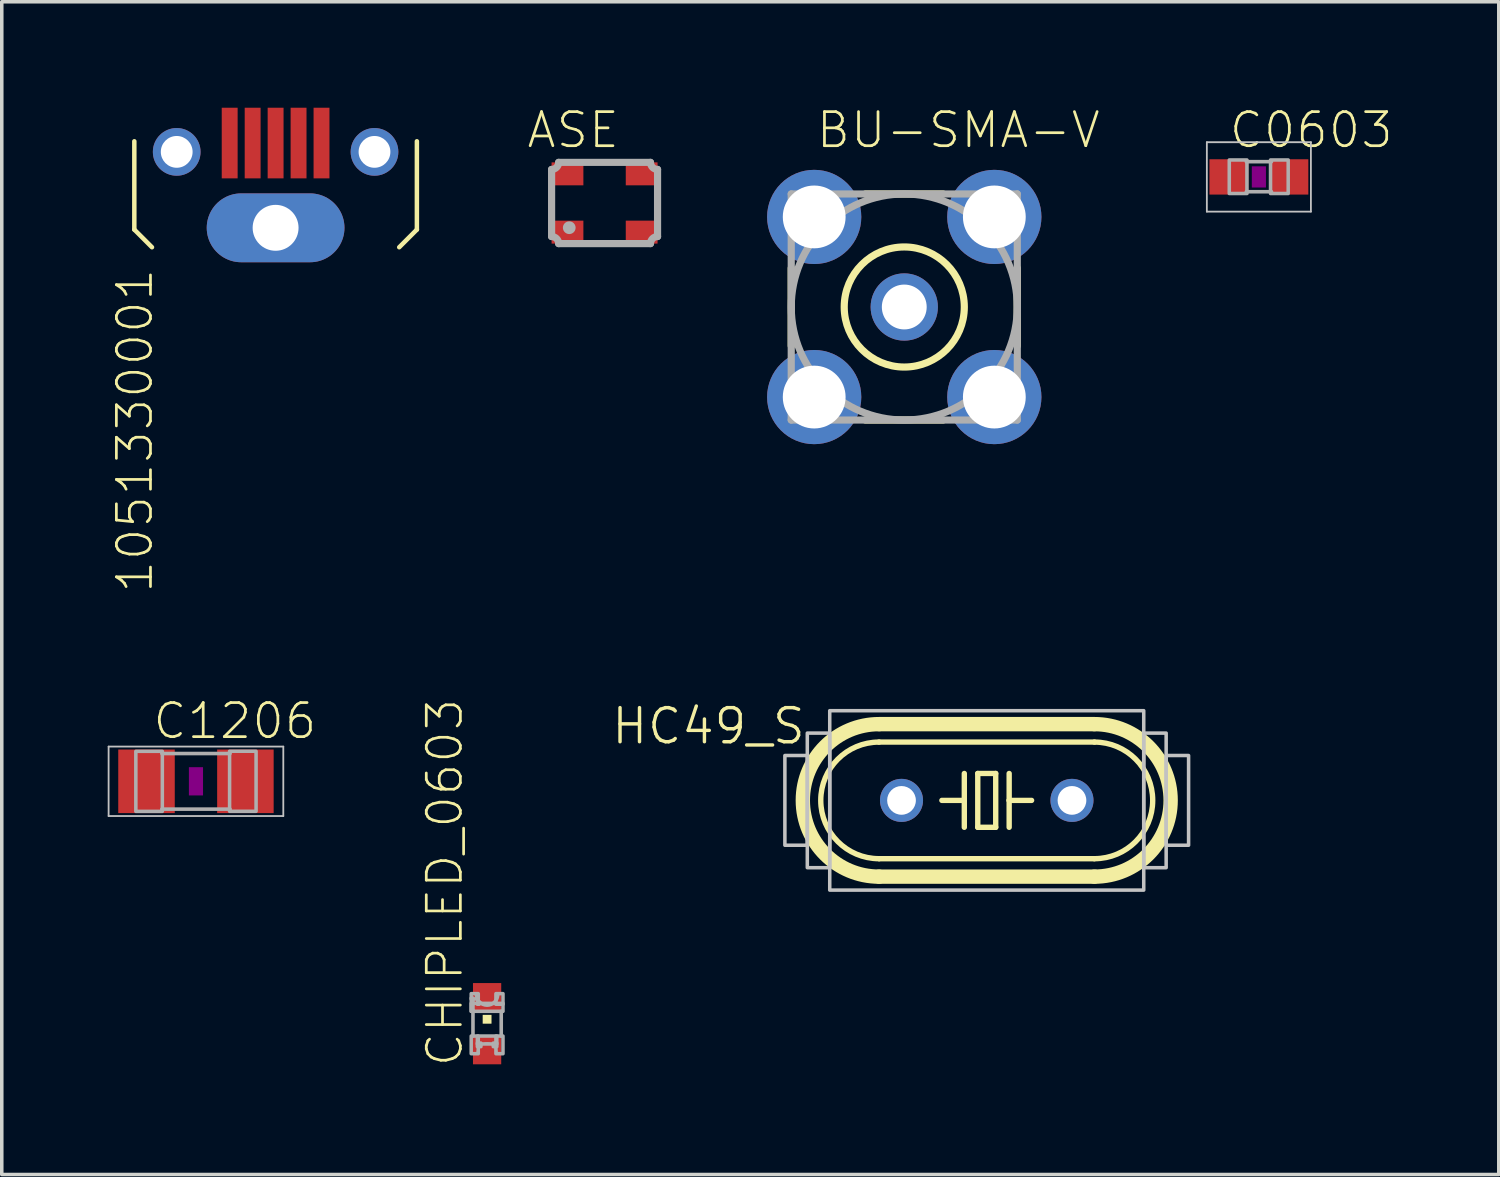
<source format=kicad_pcb>
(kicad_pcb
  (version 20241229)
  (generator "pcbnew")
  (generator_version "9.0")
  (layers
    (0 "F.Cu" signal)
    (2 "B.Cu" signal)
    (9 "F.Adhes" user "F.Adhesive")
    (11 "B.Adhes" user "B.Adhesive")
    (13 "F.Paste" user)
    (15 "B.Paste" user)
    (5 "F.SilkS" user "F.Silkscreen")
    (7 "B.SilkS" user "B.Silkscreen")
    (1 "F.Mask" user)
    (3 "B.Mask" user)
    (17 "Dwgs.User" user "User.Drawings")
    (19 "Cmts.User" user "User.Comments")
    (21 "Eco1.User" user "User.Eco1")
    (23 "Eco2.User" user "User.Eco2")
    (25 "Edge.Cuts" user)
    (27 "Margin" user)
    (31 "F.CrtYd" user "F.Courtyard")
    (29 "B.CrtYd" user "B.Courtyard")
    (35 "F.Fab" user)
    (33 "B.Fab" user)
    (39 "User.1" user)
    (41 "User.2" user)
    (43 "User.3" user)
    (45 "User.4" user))
  (footprint "1051330001"
    (layer "F.Cu")
    (at 4.753 1.25)
    (property "Reference" "1051330001" (at -4.55 3.25 90) (layer "F.SilkS") (effects (font (size 0.965 0.965) (thickness 0.077)) (justify right top)))
    (attr through_hole)
    (fp_line (start -4 -0.3) (end -4 2.2) (stroke (width 0.127) (type solid)) (layer "F.SilkS"))
    (fp_line (start -4 2.2) (end -3.5 2.7) (stroke (width 0.127) (type solid)) (layer "F.SilkS"))
    (fp_line (start 4 -0.3) (end 4 2.2) (stroke (width 0.127) (type solid)) (layer "F.SilkS"))
    (fp_line (start 4 2.2) (end 3.5 2.7) (stroke (width 0.127) (type solid)) (layer "F.SilkS"))
    (pad "1" smd rect (at -1.3 -0.25 90) (size 2 0.45) (layers "F.Cu" "F.Mask" "F.Paste"))
    (pad "2" smd rect (at -0.65 -0.25 90) (size 2 0.45) (layers "F.Cu" "F.Mask" "F.Paste"))
    (pad "3" smd rect (at 0 -0.25 90) (size 2 0.45) (layers "F.Cu" "F.Mask" "F.Paste"))
    (pad "4" smd rect (at 0.65 -0.25 90) (size 2 0.45) (layers "F.Cu" "F.Mask" "F.Paste"))
    (pad "5" smd rect (at 1.3 -0.25 90) (size 2 0.45) (layers "F.Cu" "F.Mask" "F.Paste"))
    (pad "P$1" thru_hole oval (at 0 2.15) (size 3.9 1.95) (drill 1.3) (layers "*.Cu" "*.Mask"))
    (pad "P$2" thru_hole circle (at -2.8 0) (size 1.35 1.35) (drill 0.9) (layers "*.Cu" "*.Mask"))
    (pad "P$3" thru_hole circle (at 2.8 0) (size 1.35 1.35) (drill 0.9) (layers "*.Cu" "*.Mask")))
  (footprint "BU-SMA-V"
    (layer "F.Cu")
    (at 22.552 5.642)
    (property "Reference" "BU-SMA-V" (at -2.54 -4.445 0) (layer "F.SilkS") (effects (font (size 0.965 0.965) (thickness 0.077)) (justify left bottom)))
    (attr through_hole)
    (fp_line (start -3.2 1.1) (end -3.2 -1.1) (stroke (width 0.203) (type solid)) (layer "F.SilkS"))
    (fp_line (start -1.1 -3.2) (end 1.1 -3.2) (stroke (width 0.203) (type solid)) (layer "F.SilkS"))
    (fp_line (start 1.1 3.2) (end -1.1 3.2) (stroke (width 0.203) (type solid)) (layer "F.SilkS"))
    (fp_line (start 3.2 -1.1) (end 3.2 1.1) (stroke (width 0.203) (type solid)) (layer "F.SilkS"))
    (fp_circle (center 0 0) (end 1.7 0) (stroke (width 0.203) (type solid)) (fill no) (layer "F.SilkS"))
    (fp_line (start -3.2 3.2) (end -3.2 -3.2) (stroke (width 0.203) (type solid)) (layer "F.Fab"))
    (fp_line (start -3.2 -3.2) (end 3.2 -3.2) (stroke (width 0.203) (type solid)) (layer "F.Fab"))
    (fp_line (start 3.2 3.2) (end -3.2 3.2) (stroke (width 0.203) (type solid)) (layer "F.Fab"))
    (fp_line (start 3.2 -3.2) (end 3.2 3.2) (stroke (width 0.203) (type solid)) (layer "F.Fab"))
    (fp_circle (center 0 0) (end 3.2 0) (stroke (width 0.203) (type solid)) (fill no) (layer "F.Fab"))
    (pad "1" thru_hole circle (at 0 0) (size 1.905 1.905) (drill 1.27) (layers "*.Cu" "*.Mask"))
    (pad "2" thru_hole circle (at -2.55 -2.55) (size 2.667 2.667) (drill 1.778) (layers "*.Cu" "*.Mask"))
    (pad "3" thru_hole circle (at 2.55 -2.55) (size 2.667 2.667) (drill 1.778) (layers "*.Cu" "*.Mask"))
    (pad "4" thru_hole circle (at 2.55 2.55) (size 2.667 2.667) (drill 1.778) (layers "*.Cu" "*.Mask"))
    (pad "5" thru_hole circle (at -2.55 2.55) (size 2.667 2.667) (drill 1.778) (layers "*.Cu" "*.Mask")))
  (footprint "C0603"
    (layer "F.Cu")
    (at 32.592 1.959)
    (property "Reference" "C0603" (at -0.889 -0.762 0) (layer "F.SilkS") (effects (font (size 0.965 0.965) (thickness 0.077)) (justify left bottom)))
    (attr through_hole)
    (fp_poly (pts (xy -0.2 0.3) (xy 0.2 0.3) (xy 0.2 -0.3) (xy -0.2 -0.3)) (stroke (width 0) (type solid)) (fill yes) (layer "F.Adhes"))
    (fp_line (start -1.473 -0.983) (end 1.473 -0.983) (stroke (width 0.051) (type solid)) (layer "Dwgs.User"))
    (fp_line (start -1.473 0.983) (end -1.473 -0.983) (stroke (width 0.051) (type solid)) (layer "Dwgs.User"))
    (fp_line (start 1.473 -0.983) (end 1.473 0.983) (stroke (width 0.051) (type solid)) (layer "Dwgs.User"))
    (fp_line (start 1.473 0.983) (end -1.473 0.983) (stroke (width 0.051) (type solid)) (layer "Dwgs.User"))
    (fp_line (start -0.356 -0.432) (end 0.356 -0.432) (stroke (width 0.102) (type solid)) (layer "F.Fab"))
    (fp_line (start -0.356 0.419) (end 0.356 0.419) (stroke (width 0.102) (type solid)) (layer "F.Fab"))
    (fp_poly (pts (xy -0.838 0.47) (xy -0.338 0.47) (xy -0.338 -0.48) (xy -0.838 -0.48)) (stroke (width 0.1) (type solid)) (fill no) (layer "F.Fab"))
    (fp_poly (pts (xy 0.33 0.47) (xy 0.83 0.47) (xy 0.83 -0.48) (xy 0.33 -0.48)) (stroke (width 0.1) (type solid)) (fill no) (layer "F.Fab"))
    (pad "1" smd rect (at -0.85 0) (size 1.1 1) (layers "F.Cu" "F.Mask" "F.Paste"))
    (pad "2" smd rect (at 0.85 0) (size 1.1 1) (layers "F.Cu" "F.Mask" "F.Paste")))
  (footprint "HC49_S"
    (layer "F.Cu")
    (at 24.887 19.611)
    (property "Reference" "HC49_S" (at -5.08 -2.667 180) (layer "F.SilkS") (effects (font (size 0.965 0.965) (thickness 0.097)) (justify right top)))
    (attr through_hole)
    (fp_line (start -3.048 -2.159) (end 3.048 -2.159) (stroke (width 0.406) (type solid)) (layer "F.SilkS"))
    (fp_line (start -3.048 1.651) (end 3.048 1.651) (stroke (width 0.152) (type solid)) (layer "F.SilkS"))
    (fp_line (start -3.048 2.159) (end 3.048 2.159) (stroke (width 0.406) (type solid)) (layer "F.SilkS"))
    (fp_line (start -0.635 -0.762) (end -0.635 0) (stroke (width 0.152) (type solid)) (layer "F.SilkS"))
    (fp_line (start -0.635 0) (end -1.27 0) (stroke (width 0.152) (type solid)) (layer "F.SilkS"))
    (fp_line (start -0.635 0) (end -0.635 0.762) (stroke (width 0.152) (type solid)) (layer "F.SilkS"))
    (fp_line (start -0.254 -0.762) (end 0.254 -0.762) (stroke (width 0.152) (type solid)) (layer "F.SilkS"))
    (fp_line (start -0.254 0.762) (end -0.254 -0.762) (stroke (width 0.152) (type solid)) (layer "F.SilkS"))
    (fp_line (start 0.254 -0.762) (end 0.254 0.762) (stroke (width 0.152) (type solid)) (layer "F.SilkS"))
    (fp_line (start 0.254 0.762) (end -0.254 0.762) (stroke (width 0.152) (type solid)) (layer "F.SilkS"))
    (fp_line (start 0.635 -0.762) (end 0.635 0) (stroke (width 0.152) (type solid)) (layer "F.SilkS"))
    (fp_line (start 0.635 0) (end 0.635 0.762) (stroke (width 0.152) (type solid)) (layer "F.SilkS"))
    (fp_line (start 0.635 0) (end 1.27 0) (stroke (width 0.152) (type solid)) (layer "F.SilkS"))
    (fp_line (start 3.048 -1.651) (end -3.048 -1.651) (stroke (width 0.152) (type solid)) (layer "F.SilkS"))
    (fp_arc (start -3.048 1.651) (mid -4.699 0) (end -3.048 -1.651) (stroke (width 0.1524) (type solid)) (layer "F.SilkS"))
    (fp_arc (start -3.048 2.159) (mid -5.207 0) (end -3.048 -2.159) (stroke (width 0.4064) (type solid)) (layer "F.SilkS"))
    (fp_arc (start 3.048 -2.159) (mid 5.207 0) (end 3.048 2.159) (stroke (width 0.4064) (type solid)) (layer "F.SilkS"))
    (fp_arc (start 3.048 -1.651) (mid 4.699 0) (end 3.048 1.651) (stroke (width 0.1524) (type solid)) (layer "F.SilkS"))
    (fp_poly (pts (xy -5.715 1.27) (xy -5.08 1.27) (xy -5.08 -1.27) (xy -5.715 -1.27)) (stroke (width 0.1) (type solid)) (fill no) (layer "Dwgs.User"))
    (fp_poly (pts (xy -5.08 1.905) (xy -4.445 1.905) (xy -4.445 -1.905) (xy -5.08 -1.905)) (stroke (width 0.1) (type solid)) (fill no) (layer "Dwgs.User"))
    (fp_poly (pts (xy -4.445 2.54) (xy 4.445 2.54) (xy 4.445 -2.54) (xy -4.445 -2.54)) (stroke (width 0.1) (type solid)) (fill no) (layer "Dwgs.User"))
    (fp_poly (pts (xy 4.445 1.905) (xy 5.08 1.905) (xy 5.08 -1.905) (xy 4.445 -1.905)) (stroke (width 0.1) (type solid)) (fill no) (layer "Dwgs.User"))
    (fp_poly (pts (xy 5.08 1.27) (xy 5.715 1.27) (xy 5.715 -1.27) (xy 5.08 -1.27)) (stroke (width 0.1) (type solid)) (fill no) (layer "Dwgs.User"))
    (pad "1" thru_hole circle (at -2.413 0) (size 1.219 1.219) (drill 0.813) (layers "*.Cu" "*.Mask"))
    (pad "2" thru_hole circle (at 2.413 0) (size 1.219 1.219) (drill 0.813) (layers "*.Cu" "*.Mask")))
  (footprint "C1206"
    (layer "F.Cu")
    (at 2.498 19.071)
    (property "Reference" "C1206" (at -1.27 -1.143 0) (layer "F.SilkS") (effects (font (size 0.965 0.965) (thickness 0.077)) (justify left bottom)))
    (attr through_hole)
    (fp_poly (pts (xy -0.2 0.4) (xy 0.2 0.4) (xy 0.2 -0.4) (xy -0.2 -0.4)) (stroke (width 0) (type solid)) (fill yes) (layer "F.Adhes"))
    (fp_line (start -2.473 -0.983) (end 2.473 -0.983) (stroke (width 0.051) (type solid)) (layer "Dwgs.User"))
    (fp_line (start -2.473 0.983) (end -2.473 -0.983) (stroke (width 0.051) (type solid)) (layer "Dwgs.User"))
    (fp_line (start 2.473 -0.983) (end 2.473 0.983) (stroke (width 0.051) (type solid)) (layer "Dwgs.User"))
    (fp_line (start 2.473 0.983) (end -2.473 0.983) (stroke (width 0.051) (type solid)) (layer "Dwgs.User"))
    (fp_line (start -0.965 -0.787) (end 0.965 -0.787) (stroke (width 0.102) (type solid)) (layer "F.Fab"))
    (fp_line (start -0.965 0.787) (end 0.965 0.787) (stroke (width 0.102) (type solid)) (layer "F.Fab"))
    (fp_poly (pts (xy -1.702 0.851) (xy -0.952 0.851) (xy -0.952 -0.849) (xy -1.702 -0.849)) (stroke (width 0.1) (type solid)) (fill no) (layer "F.Fab"))
    (fp_poly (pts (xy 0.952 0.849) (xy 1.702 0.849) (xy 1.702 -0.851) (xy 0.952 -0.851)) (stroke (width 0.1) (type solid)) (fill no) (layer "F.Fab"))
    (pad "1" smd rect (at -1.4 0) (size 1.6 1.8) (layers "F.Cu" "F.Mask" "F.Paste"))
    (pad "2" smd rect (at 1.4 0) (size 1.6 1.8) (layers "F.Cu" "F.Mask" "F.Paste")))
  (footprint "CHIPLED_0603"
    (layer "F.Cu")
    (at 10.741 25.933)
    (property "Reference" "CHIPLED_0603" (at -0.635 1.27 90) (layer "F.SilkS") (effects (font (size 0.965 0.965) (thickness 0.077)) (justify left bottom)))
    (attr through_hole)
    (fp_poly (pts (xy -0.125 0) (xy 0.125 0) (xy 0.125 -0.25) (xy -0.125 -0.25)) (stroke (width 0) (type solid)) (fill yes) (layer "F.SilkS"))
    (fp_line (start -0.4 -0.375) (end -0.4 0.35) (stroke (width 0.102) (type solid)) (layer "F.Fab"))
    (fp_line (start 0.4 -0.35) (end 0.4 0.35) (stroke (width 0.102) (type solid)) (layer "F.Fab"))
    (fp_arc (start -0.275 0.825) (mid 0 0.55) (end 0.275 0.825) (stroke (width 0.0508) (type solid)) (layer "F.Fab"))
    (fp_arc (start 0.3 -0.799998) (mid -0.000001 -0.524966) (end -0.3 -0.8) (stroke (width 0.1016) (type solid)) (layer "F.Fab"))
    (fp_circle (center -0.35 -0.625) (end -0.275 -0.625) (stroke (width 0.051) (type solid)) (fill no) (layer "F.Fab"))
    (fp_poly (pts (xy -0.45 -0.7) (xy -0.25 -0.7) (xy -0.25 -0.85) (xy -0.45 -0.85)) (stroke (width 0.1) (type solid)) (fill no) (layer "F.Fab"))
    (fp_poly (pts (xy -0.45 -0.35) (xy -0.4 -0.35) (xy -0.4 -0.725) (xy -0.45 -0.725)) (stroke (width 0.1) (type solid)) (fill no) (layer "F.Fab"))
    (fp_poly (pts (xy -0.45 -0.35) (xy 0.45 -0.35) (xy 0.45 -0.575) (xy -0.45 -0.575)) (stroke (width 0.1) (type solid)) (fill no) (layer "F.Fab"))
    (fp_poly (pts (xy -0.45 0.85) (xy -0.25 0.85) (xy -0.25 0.35) (xy -0.45 0.35)) (stroke (width 0.1) (type solid)) (fill no) (layer "F.Fab"))
    (fp_poly (pts (xy -0.275 -0.55) (xy -0.225 -0.55) (xy -0.225 -0.6) (xy -0.275 -0.6)) (stroke (width 0.1) (type solid)) (fill no) (layer "F.Fab"))
    (fp_poly (pts (xy -0.275 0.575) (xy 0.275 0.575) (xy 0.275 0.35) (xy -0.275 0.35)) (stroke (width 0.1) (type solid)) (fill no) (layer "F.Fab"))
    (fp_poly (pts (xy -0.275 0.65) (xy -0.175 0.65) (xy -0.175 0.55) (xy -0.275 0.55)) (stroke (width 0.1) (type solid)) (fill no) (layer "F.Fab"))
    (fp_poly (pts (xy 0.175 0.65) (xy 0.275 0.65) (xy 0.275 0.55) (xy 0.175 0.55)) (stroke (width 0.1) (type solid)) (fill no) (layer "F.Fab"))
    (fp_poly (pts (xy 0.25 -0.55) (xy 0.45 -0.55) (xy 0.45 -0.85) (xy 0.25 -0.85)) (stroke (width 0.1) (type solid)) (fill no) (layer "F.Fab"))
    (fp_poly (pts (xy 0.25 0.85) (xy 0.45 0.85) (xy 0.45 0.35) (xy 0.25 0.35)) (stroke (width 0.1) (type solid)) (fill no) (layer "F.Fab"))
    (pad "A" smd rect (at 0 0.75) (size 0.8 0.8) (layers "F.Cu" "F.Mask" "F.Paste"))
    (pad "C" smd rect (at 0 -0.75) (size 0.8 0.8) (layers "F.Cu" "F.Mask" "F.Paste")))
  (footprint "ASE"
    (layer "F.Cu")
    (at 14.067 2.697)
    (property "Reference" "ASE" (at -2.25 -1.5 180) (layer "F.SilkS") (effects (font (size 0.965 0.965) (thickness 0.077)) (justify left bottom)))
    (attr through_hole)
    (fp_line (start -1.5 0.95) (end -1.5 -0.95) (stroke (width 0.203) (type solid)) (layer "F.Fab"))
    (fp_line (start -1.3 -1.15) (end 1.3 -1.15) (stroke (width 0.203) (type solid)) (layer "F.Fab"))
    (fp_line (start 1.3 1.15) (end -1.3 1.15) (stroke (width 0.203) (type solid)) (layer "F.Fab"))
    (fp_line (start 1.5 -0.95) (end 1.5 0.95) (stroke (width 0.203) (type solid)) (layer "F.Fab"))
    (fp_arc (start -1.5 0.95) (mid -1.358579 1.008579) (end -1.3 1.15) (stroke (width 0.2032) (type solid)) (layer "F.Fab"))
    (fp_arc (start -1.3 -1.15) (mid -1.358579 -1.008579) (end -1.5 -0.95) (stroke (width 0.2032) (type solid)) (layer "F.Fab"))
    (fp_arc (start 1.3 1.15) (mid 1.358579 1.008579) (end 1.5 0.95) (stroke (width 0.2032) (type solid)) (layer "F.Fab"))
    (fp_arc (start 1.5 -0.95) (mid 1.358579 -1.008579) (end 1.3 -1.15) (stroke (width 0.2032) (type solid)) (layer "F.Fab"))
    (fp_circle (center -1 0.7) (end -0.82 0.7) (stroke (width 0) (type solid)) (fill yes) (layer "F.Fab"))
    (pad "1" smd rect (at -1.05 0.825) (size 0.9 0.65) (layers "F.Cu" "F.Mask" "F.Paste"))
    (pad "2" smd rect (at 1.05 0.825) (size 0.9 0.65) (layers "F.Cu" "F.Mask" "F.Paste"))
    (pad "3" smd rect (at 1.05 -0.825 180) (size 0.9 0.65) (layers "F.Cu" "F.Mask" "F.Paste"))
    (pad "4" smd rect (at -1.05 -0.825 180) (size 0.9 0.65) (layers "F.Cu" "F.Mask" "F.Paste")))
  (gr_rect
    (start -3 -3)
    (end 39.384 30.203)
    (stroke (width 0.1) (type default))
    (fill no)
    (layer "Edge.Cuts")))
</source>
